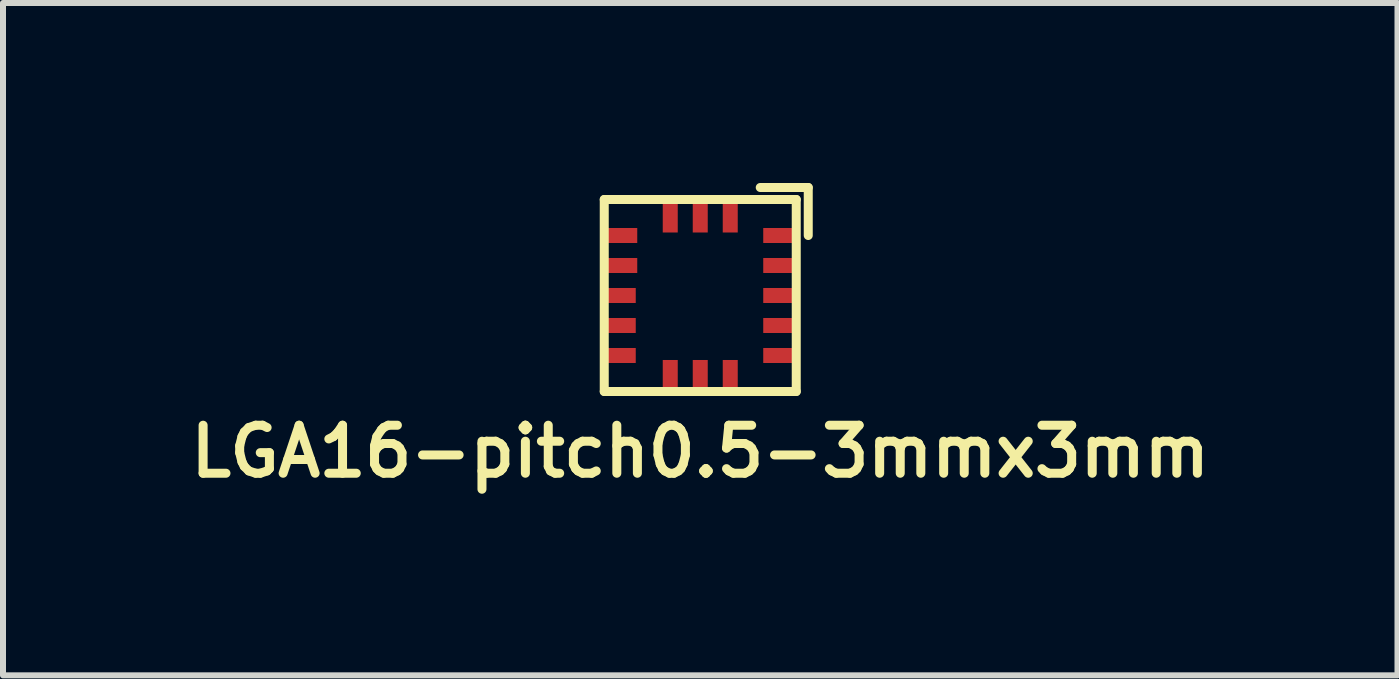
<source format=kicad_pcb>
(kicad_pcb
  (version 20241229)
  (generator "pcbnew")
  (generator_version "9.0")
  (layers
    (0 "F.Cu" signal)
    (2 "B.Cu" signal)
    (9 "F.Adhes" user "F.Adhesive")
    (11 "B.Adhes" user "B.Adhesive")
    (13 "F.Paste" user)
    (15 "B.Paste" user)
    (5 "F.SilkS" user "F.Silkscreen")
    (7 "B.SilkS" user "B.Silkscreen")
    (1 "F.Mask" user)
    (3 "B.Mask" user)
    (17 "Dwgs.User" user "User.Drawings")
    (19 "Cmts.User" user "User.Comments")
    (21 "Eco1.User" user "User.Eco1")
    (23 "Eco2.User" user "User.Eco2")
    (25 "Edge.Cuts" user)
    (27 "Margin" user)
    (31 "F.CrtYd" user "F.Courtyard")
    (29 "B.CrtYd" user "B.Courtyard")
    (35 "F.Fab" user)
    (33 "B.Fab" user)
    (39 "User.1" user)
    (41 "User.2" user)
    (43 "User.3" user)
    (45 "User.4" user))
  (footprint "LGA16-pitch0.5-3mmx3mm"
    (layer "F.Cu")
    (at 8.621 1.875)
    (property "Reference" "LGA16-pitch0.5-3mmx3mm" (at 0 2.6 0) (layer "F.SilkS") (effects (font (size 0.8 0.8) (thickness 0.15))))
    (attr through_hole)
    (fp_line (start -1.6 -1.6) (end -1.6 1.6) (stroke (width 0.15) (type solid)) (layer "F.SilkS"))
    (fp_line (start -1.6 1.6) (end 1.6 1.6) (stroke (width 0.15) (type solid)) (layer "F.SilkS"))
    (fp_line (start 1.6 -1.6) (end -1.6 -1.6) (stroke (width 0.15) (type solid)) (layer "F.SilkS"))
    (fp_line (start 1.6 1.6) (end 1.6 -1.6) (stroke (width 0.15) (type solid)) (layer "F.SilkS"))
    (fp_line (start 1.8 -1.8) (end 1 -1.8) (stroke (width 0.15) (type solid)) (layer "F.SilkS"))
    (fp_line (start 1.8 -1.8) (end 1.8 -1) (stroke (width 0.15) (type solid)) (layer "F.SilkS"))
    (pad "1" smd rect (at 1.3 -1) (size 0.5 0.25) (layers "F.Cu" "F.Mask" "F.Paste"))
    (pad "2" smd rect (at 1.3 -0.5) (size 0.5 0.25) (layers "F.Cu" "F.Mask" "F.Paste"))
    (pad "3" smd rect (at 1.3 0) (size 0.5 0.25) (layers "F.Cu" "F.Mask" "F.Paste"))
    (pad "4" smd rect (at 1.3 0.5) (size 0.5 0.25) (layers "F.Cu" "F.Mask" "F.Paste"))
    (pad "5" smd rect (at 1.3 1) (size 0.5 0.25) (layers "F.Cu" "F.Mask" "F.Paste"))
    (pad "6" smd rect (at 0.5 1.325 90) (size 0.5 0.25) (layers "F.Cu" "F.Mask" "F.Paste"))
    (pad "7" smd rect (at 0 1.325 90) (size 0.5 0.25) (layers "F.Cu" "F.Mask" "F.Paste"))
    (pad "8" smd rect (at -0.5 1.325 90) (size 0.5 0.25) (layers "F.Cu" "F.Mask" "F.Paste"))
    (pad "9" smd rect (at -1.325 1 180) (size 0.5 0.25) (layers "F.Cu" "F.Mask" "F.Paste"))
    (pad "10" smd rect (at -1.325 0.5) (size 0.5 0.25) (layers "F.Cu" "F.Mask" "F.Paste"))
    (pad "11" smd rect (at -1.325 0) (size 0.5 0.25) (layers "F.Cu" "F.Mask" "F.Paste"))
    (pad "12" smd rect (at -1.3 -0.5) (size 0.5 0.25) (layers "F.Cu" "F.Mask" "F.Paste"))
    (pad "13" smd rect (at -1.3 -1) (size 0.5 0.25) (layers "F.Cu" "F.Mask" "F.Paste"))
    (pad "14" smd rect (at -0.5 -1.3 90) (size 0.5 0.25) (layers "F.Cu" "F.Mask" "F.Paste"))
    (pad "15" smd rect (at 0 -1.3 90) (size 0.5 0.25) (layers "F.Cu" "F.Mask" "F.Paste"))
    (pad "16" smd rect (at 0.5 -1.3 90) (size 0.5 0.25) (layers "F.Cu" "F.Mask" "F.Paste")))
  (gr_rect
    (start -3 -3)
    (end 20.242 8.206)
    (stroke (width 0.1) (type default))
    (fill no)
    (layer "Edge.Cuts")))
</source>
